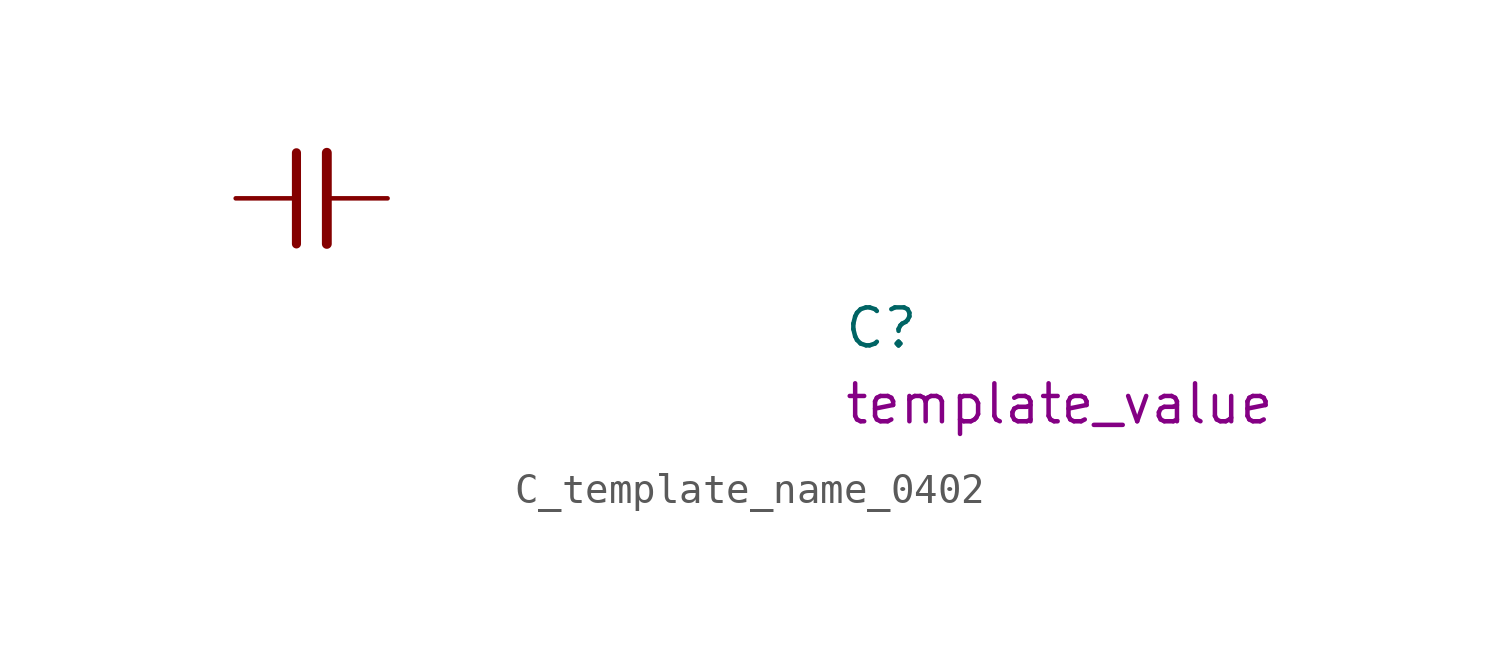
<source format=kicad_sym>
(kicad_symbol_lib
  (version 20211014)
  (generator kicad_symbol_editor)
  (symbol "C_template_name_0402"
    (pin_numbers hide)
    (pin_names hide)
    (property "Reference" "C"
      (at 20.32 -5.08 0)
      (effects (font (size 1.27 1.27) (thickness 0.15)) (justify left bottom)))
    (property "Val" "template_value"
      (at 20.32 -7.62 0)
      (effects (font (size 1.27 1.27) (thickness 0.15)) (justify left bottom)))
    (symbol "C_template_name_0402_0_1"
      (polyline (pts (xy 2.032 -1.524) (xy 2.032 1.524)) (stroke (width 0.305) (type default) (color 0 0 0 0)) (fill (type none)))
      (polyline (pts (xy 3.048 -1.524) (xy 3.048 1.524)) (stroke (width 0.33) (type default) (color 0 0 0 0)) (fill (type none))))
    (symbol "C_template_name_0402_1_1"
      (pin passive line (at 0 0 0) (length 2.032) (name "~" (effects (font (size 1.27 1.27)))) (number "1" (effects (font (size 1.27 1.27)))))
      (pin passive line (at 5.08 0 180) (length 2.032) (name "~" (effects (font (size 1.27 1.27)))) (number "2" (effects (font (size 1.27 1.27))))))))
</source>
